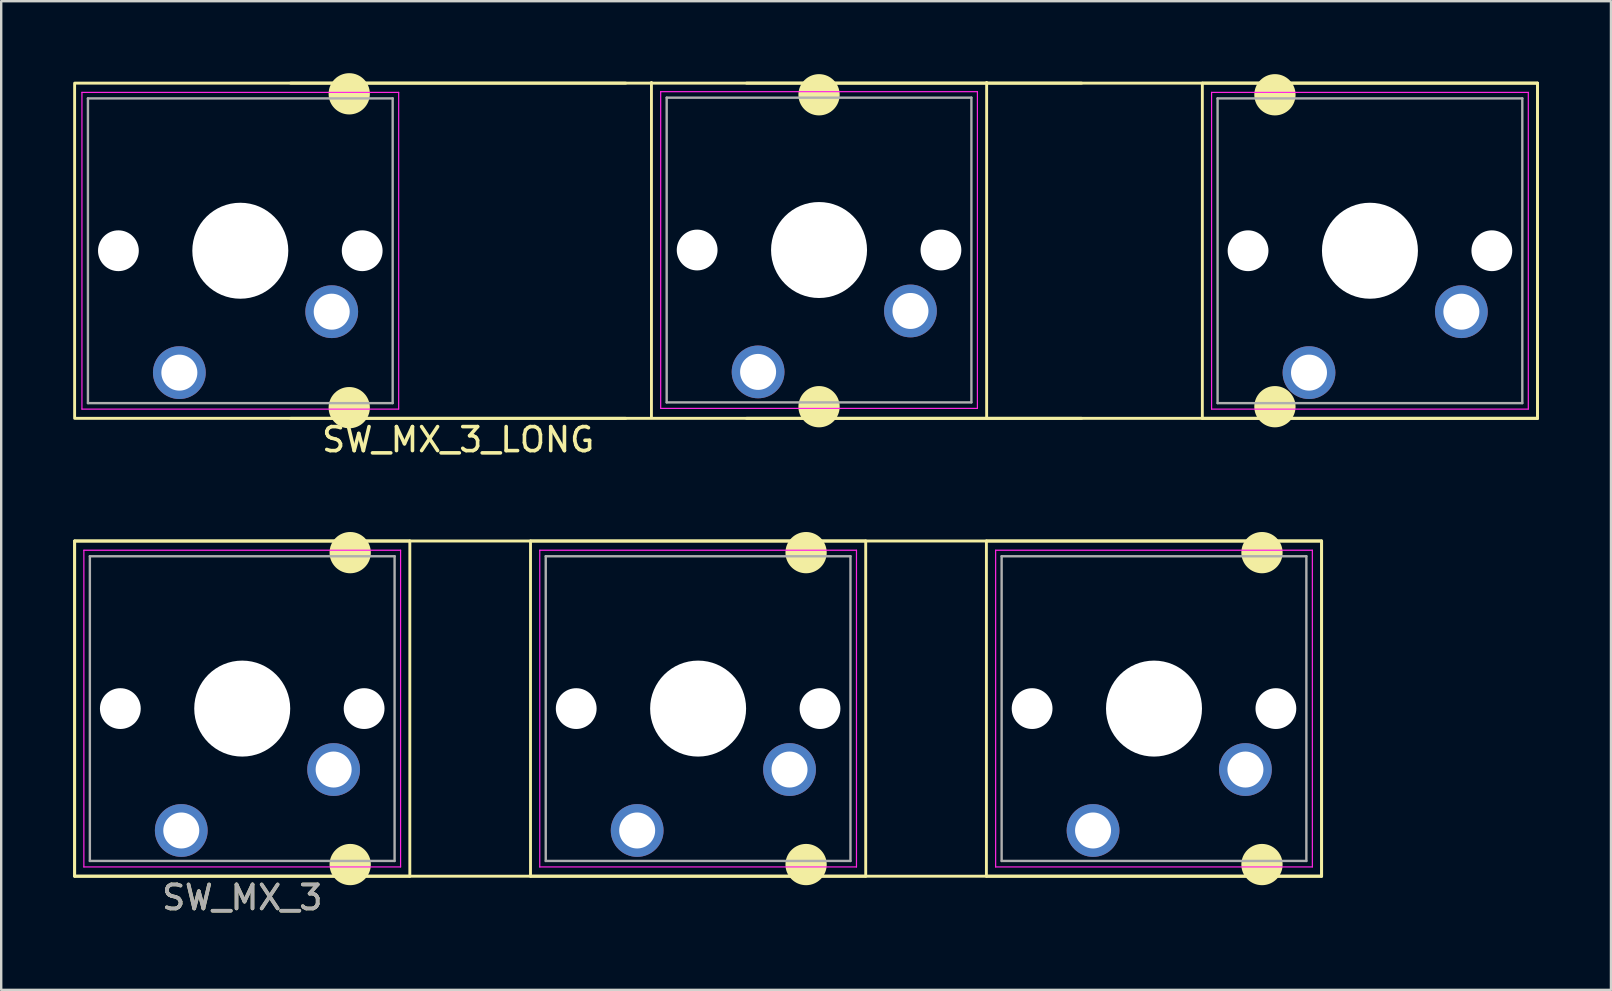
<source format=kicad_pcb>
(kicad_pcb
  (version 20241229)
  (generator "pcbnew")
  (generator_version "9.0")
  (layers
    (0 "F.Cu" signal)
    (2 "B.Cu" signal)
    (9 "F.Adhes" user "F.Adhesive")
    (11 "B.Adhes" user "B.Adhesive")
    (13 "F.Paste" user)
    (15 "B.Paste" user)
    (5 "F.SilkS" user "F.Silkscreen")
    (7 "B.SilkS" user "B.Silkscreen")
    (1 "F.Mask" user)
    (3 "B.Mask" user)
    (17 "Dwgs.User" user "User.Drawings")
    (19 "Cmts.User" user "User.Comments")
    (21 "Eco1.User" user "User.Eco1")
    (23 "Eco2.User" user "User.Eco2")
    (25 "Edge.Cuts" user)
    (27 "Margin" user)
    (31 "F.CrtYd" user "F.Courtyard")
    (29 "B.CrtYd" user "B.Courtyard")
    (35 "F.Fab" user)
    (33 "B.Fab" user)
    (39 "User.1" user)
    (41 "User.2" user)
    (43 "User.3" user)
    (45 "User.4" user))
  (footprint "SW_MX_3"
    (layer "F.Cu")
    (at 9.585 21.402)
    (property "Reference" "SW_MX_3" (at -2.54 12.954 180) (layer "F.SilkS") (effects (font (size 1 1) (thickness 0.15))))
    (attr through_hole)
    (fp_line (start -9.525 -1.905) (end 4.445 -1.905) (stroke (width 0.12) (type solid)) (layer "F.SilkS"))
    (fp_line (start -9.525 12.065) (end -9.525 -1.905) (stroke (width 0.12) (type solid)) (layer "F.SilkS"))
    (fp_line (start 4.445 -1.905) (end 4.445 12.065) (stroke (width 0.12) (type solid)) (layer "F.SilkS"))
    (fp_line (start 4.445 12.065) (end -9.525 12.065) (stroke (width 0.12) (type solid)) (layer "F.SilkS"))
    (fp_line (start 9.475 -1.905) (end 23.445 -1.905) (stroke (width 0.12) (type solid)) (layer "F.SilkS"))
    (fp_line (start 9.475 12.065) (end 9.475 -1.905) (stroke (width 0.12) (type solid)) (layer "F.SilkS"))
    (fp_line (start 23.445 -1.905) (end 23.445 12.065) (stroke (width 0.12) (type solid)) (layer "F.SilkS"))
    (fp_line (start 23.445 12.065) (end 9.475 12.065) (stroke (width 0.12) (type solid)) (layer "F.SilkS"))
    (fp_line (start 28.475 -1.905) (end 42.445 -1.905) (stroke (width 0.12) (type solid)) (layer "F.SilkS"))
    (fp_line (start 28.475 12.065) (end 28.475 -1.905) (stroke (width 0.12) (type solid)) (layer "F.SilkS"))
    (fp_line (start 42.445 -1.905) (end 42.445 12.065) (stroke (width 0.12) (type solid)) (layer "F.SilkS"))
    (fp_line (start 42.445 12.065) (end 28.475 12.065) (stroke (width 0.12) (type solid)) (layer "F.SilkS"))
    (fp_rect (start -9.525 -1.905) (end 42.445 12.065) (stroke (width 0.12) (type default)) (fill no) (layer "F.SilkS"))
    (fp_circle (center 1.96 -1.42) (end 2.76 -1.42) (stroke (width 0.12) (type solid)) (fill yes) (layer "F.SilkS"))
    (fp_circle (center 1.96 11.58) (end 2.76 11.58) (stroke (width 0.12) (type solid)) (fill yes) (layer "F.SilkS"))
    (fp_circle (center 20.96 -1.42) (end 21.76 -1.42) (stroke (width 0.12) (type solid)) (fill yes) (layer "F.SilkS"))
    (fp_circle (center 20.96 11.58) (end 21.76 11.58) (stroke (width 0.12) (type solid)) (fill yes) (layer "F.SilkS"))
    (fp_circle (center 39.96 -1.42) (end 40.76 -1.42) (stroke (width 0.12) (type solid)) (fill yes) (layer "F.SilkS"))
    (fp_circle (center 39.96 11.58) (end 40.76 11.58) (stroke (width 0.12) (type solid)) (fill yes) (layer "F.SilkS"))
    (fp_line (start -9.14 -1.52) (end 4.06 -1.52) (stroke (width 0.05) (type solid)) (layer "F.CrtYd"))
    (fp_line (start -9.14 11.68) (end -9.14 -1.52) (stroke (width 0.05) (type solid)) (layer "F.CrtYd"))
    (fp_line (start 4.06 -1.52) (end 4.06 11.68) (stroke (width 0.05) (type solid)) (layer "F.CrtYd"))
    (fp_line (start 4.06 11.68) (end -9.14 11.68) (stroke (width 0.05) (type solid)) (layer "F.CrtYd"))
    (fp_line (start 9.86 -1.52) (end 23.06 -1.52) (stroke (width 0.05) (type solid)) (layer "F.CrtYd"))
    (fp_line (start 9.86 11.68) (end 9.86 -1.52) (stroke (width 0.05) (type solid)) (layer "F.CrtYd"))
    (fp_line (start 23.06 -1.52) (end 23.06 11.68) (stroke (width 0.05) (type solid)) (layer "F.CrtYd"))
    (fp_line (start 23.06 11.68) (end 9.86 11.68) (stroke (width 0.05) (type solid)) (layer "F.CrtYd"))
    (fp_line (start 28.86 -1.52) (end 42.06 -1.52) (stroke (width 0.05) (type solid)) (layer "F.CrtYd"))
    (fp_line (start 28.86 11.68) (end 28.86 -1.52) (stroke (width 0.05) (type solid)) (layer "F.CrtYd"))
    (fp_line (start 42.06 -1.52) (end 42.06 11.68) (stroke (width 0.05) (type solid)) (layer "F.CrtYd"))
    (fp_line (start 42.06 11.68) (end 28.86 11.68) (stroke (width 0.05) (type solid)) (layer "F.CrtYd"))
    (fp_line (start -8.89 -1.27) (end 3.81 -1.27) (stroke (width 0.1) (type solid)) (layer "F.Fab"))
    (fp_line (start -8.89 11.43) (end -8.89 -1.27) (stroke (width 0.1) (type solid)) (layer "F.Fab"))
    (fp_line (start 3.81 -1.27) (end 3.81 11.43) (stroke (width 0.1) (type solid)) (layer "F.Fab"))
    (fp_line (start 3.81 11.43) (end -8.89 11.43) (stroke (width 0.1) (type solid)) (layer "F.Fab"))
    (fp_line (start 10.11 -1.27) (end 22.81 -1.27) (stroke (width 0.1) (type solid)) (layer "F.Fab"))
    (fp_line (start 10.11 11.43) (end 10.11 -1.27) (stroke (width 0.1) (type solid)) (layer "F.Fab"))
    (fp_line (start 22.81 -1.27) (end 22.81 11.43) (stroke (width 0.1) (type solid)) (layer "F.Fab"))
    (fp_line (start 22.81 11.43) (end 10.11 11.43) (stroke (width 0.1) (type solid)) (layer "F.Fab"))
    (fp_line (start 29.11 -1.27) (end 41.81 -1.27) (stroke (width 0.1) (type solid)) (layer "F.Fab"))
    (fp_line (start 29.11 11.43) (end 29.11 -1.27) (stroke (width 0.1) (type solid)) (layer "F.Fab"))
    (fp_line (start 41.81 -1.27) (end 41.81 11.43) (stroke (width 0.1) (type solid)) (layer "F.Fab"))
    (fp_line (start 41.81 11.43) (end 29.11 11.43) (stroke (width 0.1) (type solid)) (layer "F.Fab"))
    (fp_text user "${REFERENCE}" (at -2.54 12.954 180) (layer "F.Fab") (effects (font (size 1 1) (thickness 0.15))))
    (pad "" np_thru_hole circle (at -7.62 5.08 180) (size 1.7 1.7) (drill 1.7) (layers "*.Cu" "*.Mask"))
    (pad "" thru_hole circle (at -5.08 10.16 180) (size 2.2 2.2) (drill 1.5) (layers "*.Cu" "*.Mask"))
    (pad "" np_thru_hole circle (at -2.54 5.08 180) (size 4 4) (drill 4) (layers "*.Cu" "*.Mask"))
    (pad "" thru_hole circle (at 1.27 7.62 180) (size 2.2 2.2) (drill 1.5) (layers "*.Cu" "*.Mask"))
    (pad "" np_thru_hole circle (at 2.54 5.08 180) (size 1.7 1.7) (drill 1.7) (layers "*.Cu" "*.Mask"))
    (pad "" np_thru_hole circle (at 11.38 5.08 180) (size 1.7 1.7) (drill 1.7) (layers "*.Cu" "*.Mask"))
    (pad "" thru_hole circle (at 13.92 10.16 180) (size 2.2 2.2) (drill 1.5) (layers "*.Cu" "*.Mask"))
    (pad "" np_thru_hole circle (at 16.46 5.08 180) (size 4 4) (drill 4) (layers "*.Cu" "*.Mask"))
    (pad "" thru_hole circle (at 20.27 7.62 180) (size 2.2 2.2) (drill 1.5) (layers "*.Cu" "*.Mask"))
    (pad "" np_thru_hole circle (at 21.54 5.08 180) (size 1.7 1.7) (drill 1.7) (layers "*.Cu" "*.Mask"))
    (pad "" np_thru_hole circle (at 30.38 5.08 180) (size 1.7 1.7) (drill 1.7) (layers "*.Cu" "*.Mask"))
    (pad "" thru_hole circle (at 32.92 10.16 180) (size 2.2 2.2) (drill 1.5) (layers "*.Cu" "*.Mask"))
    (pad "" np_thru_hole circle (at 35.46 5.08 180) (size 4 4) (drill 4) (layers "*.Cu" "*.Mask"))
    (pad "" thru_hole circle (at 39.27 7.62 180) (size 2.2 2.2) (drill 1.5) (layers "*.Cu" "*.Mask"))
    (pad "" np_thru_hole circle (at 40.54 5.08 180) (size 1.7 1.7) (drill 1.7) (layers "*.Cu" "*.Mask")))
  (footprint "SW_MX_3_LONG"
    (layer "F.Cu")
    (at 18.585 2.32)
    (property "Reference" "SW_MX_3_LONG" (at -2.54 12.954 180) (layer "F.SilkS") (effects (font (size 1 1) (thickness 0.15))))
    (attr through_hole)
    (fp_line (start -9.525 -1.905) (end 4.445 -1.905) (stroke (width 0.12) (type solid)) (layer "F.SilkS"))
    (fp_line (start 4.445 12.065) (end -9.525 12.065) (stroke (width 0.12) (type solid)) (layer "F.SilkS"))
    (fp_line (start 5.515 12.035) (end 5.515 -1.935) (stroke (width 0.12) (type solid)) (layer "F.SilkS"))
    (fp_line (start 9.475 -1.905) (end 23.445 -1.905) (stroke (width 0.12) (type solid)) (layer "F.SilkS"))
    (fp_line (start 19.485 -1.935) (end 19.485 12.035) (stroke (width 0.12) (type solid)) (layer "F.SilkS"))
    (fp_line (start 23.445 12.065) (end 9.475 12.065) (stroke (width 0.12) (type solid)) (layer "F.SilkS"))
    (fp_line (start 28.475 -1.905) (end 42.445 -1.905) (stroke (width 0.12) (type solid)) (layer "F.SilkS"))
    (fp_line (start 28.475 12.065) (end 28.475 -1.905) (stroke (width 0.12) (type solid)) (layer "F.SilkS"))
    (fp_line (start 42.445 -1.905) (end 42.445 12.065) (stroke (width 0.12) (type solid)) (layer "F.SilkS"))
    (fp_line (start 42.445 12.065) (end 28.475 12.065) (stroke (width 0.12) (type solid)) (layer "F.SilkS"))
    (fp_rect (start -18.525 -1.905) (end 42.445 12.065) (stroke (width 0.12) (type default)) (fill no) (layer "F.SilkS"))
    (fp_circle (center -7.08 -1.46) (end -7.88 -1.46) (stroke (width 0.12) (type solid)) (fill yes) (layer "F.SilkS"))
    (fp_circle (center -7.08 11.62) (end -6.28 11.62) (stroke (width 0.12) (type solid)) (fill yes) (layer "F.SilkS"))
    (fp_circle (center 12.5 -1.42) (end 13.3 -1.42) (stroke (width 0.12) (type solid)) (fill yes) (layer "F.SilkS"))
    (fp_circle (center 12.5 11.58) (end 13.3 11.58) (stroke (width 0.12) (type solid)) (fill yes) (layer "F.SilkS"))
    (fp_circle (center 31.5 -1.42) (end 32.3 -1.42) (stroke (width 0.12) (type solid)) (fill yes) (layer "F.SilkS"))
    (fp_circle (center 31.5 11.58) (end 32.3 11.58) (stroke (width 0.12) (type solid)) (fill yes) (layer "F.SilkS"))
    (fp_line (start -18.22 -1.52) (end -5.02 -1.52) (stroke (width 0.05) (type solid)) (layer "F.CrtYd"))
    (fp_line (start -18.22 11.68) (end -18.22 -1.52) (stroke (width 0.05) (type solid)) (layer "F.CrtYd"))
    (fp_line (start -5.02 -1.52) (end -5.02 11.68) (stroke (width 0.05) (type solid)) (layer "F.CrtYd"))
    (fp_line (start -5.02 11.68) (end -18.22 11.68) (stroke (width 0.05) (type solid)) (layer "F.CrtYd"))
    (fp_line (start 5.9 -1.55) (end 19.1 -1.55) (stroke (width 0.05) (type solid)) (layer "F.CrtYd"))
    (fp_line (start 5.9 11.65) (end 5.9 -1.55) (stroke (width 0.05) (type solid)) (layer "F.CrtYd"))
    (fp_line (start 19.1 -1.55) (end 19.1 11.65) (stroke (width 0.05) (type solid)) (layer "F.CrtYd"))
    (fp_line (start 19.1 11.65) (end 5.9 11.65) (stroke (width 0.05) (type solid)) (layer "F.CrtYd"))
    (fp_line (start 28.86 11.68) (end 28.86 -1.52) (stroke (width 0.05) (type solid)) (layer "F.CrtYd"))
    (fp_line (start 42.06 -1.52) (end 28.86 -1.52) (stroke (width 0.05) (type solid)) (layer "F.CrtYd"))
    (fp_line (start 42.06 -1.52) (end 42.06 11.68) (stroke (width 0.05) (type solid)) (layer "F.CrtYd"))
    (fp_line (start 42.06 11.68) (end 28.86 11.68) (stroke (width 0.05) (type solid)) (layer "F.CrtYd"))
    (fp_line (start -17.97 -1.27) (end -5.27 -1.27) (stroke (width 0.1) (type solid)) (layer "F.Fab"))
    (fp_line (start -17.97 11.43) (end -17.97 -1.27) (stroke (width 0.1) (type solid)) (layer "F.Fab"))
    (fp_line (start -5.27 -1.27) (end -5.27 11.43) (stroke (width 0.1) (type solid)) (layer "F.Fab"))
    (fp_line (start -5.27 11.43) (end -17.97 11.43) (stroke (width 0.1) (type solid)) (layer "F.Fab"))
    (fp_line (start 6.15 -1.3) (end 18.85 -1.3) (stroke (width 0.1) (type solid)) (layer "F.Fab"))
    (fp_line (start 6.15 11.4) (end 6.15 -1.3) (stroke (width 0.1) (type solid)) (layer "F.Fab"))
    (fp_line (start 18.85 -1.3) (end 18.85 11.4) (stroke (width 0.1) (type solid)) (layer "F.Fab"))
    (fp_line (start 18.85 11.4) (end 6.15 11.4) (stroke (width 0.1) (type solid)) (layer "F.Fab"))
    (fp_line (start 29.11 -1.27) (end 41.81 -1.27) (stroke (width 0.1) (type solid)) (layer "F.Fab"))
    (fp_line (start 29.11 11.43) (end 29.11 -1.27) (stroke (width 0.1) (type solid)) (layer "F.Fab"))
    (fp_line (start 41.81 -1.27) (end 41.81 11.43) (stroke (width 0.1) (type solid)) (layer "F.Fab"))
    (fp_line (start 41.81 11.43) (end 29.11 11.43) (stroke (width 0.1) (type solid)) (layer "F.Fab"))
    (pad "" np_thru_hole circle (at -16.7 5.08 180) (size 1.7 1.7) (drill 1.7) (layers "*.Cu" "*.Mask"))
    (pad "" thru_hole circle (at -14.16 10.16 180) (size 2.2 2.2) (drill 1.5) (layers "*.Cu" "*.Mask"))
    (pad "" np_thru_hole circle (at -11.62 5.08) (size 4 4) (drill 4) (layers "*.Cu" "*.Mask"))
    (pad "" thru_hole circle (at -7.81 7.62 180) (size 2.2 2.2) (drill 1.5) (layers "*.Cu" "*.Mask"))
    (pad "" np_thru_hole circle (at -6.54 5.08) (size 1.7 1.7) (drill 1.7) (layers "*.Cu" "*.Mask"))
    (pad "" np_thru_hole circle (at 7.42 5.05) (size 1.7 1.7) (drill 1.7) (layers "*.Cu" "*.Mask"))
    (pad "" thru_hole circle (at 9.96 10.13 180) (size 2.2 2.2) (drill 1.5) (layers "*.Cu" "*.Mask"))
    (pad "" np_thru_hole circle (at 12.5 5.05) (size 4 4) (drill 4) (layers "*.Cu" "*.Mask"))
    (pad "" thru_hole circle (at 16.31 7.59 180) (size 2.2 2.2) (drill 1.5) (layers "*.Cu" "*.Mask"))
    (pad "" np_thru_hole circle (at 17.58 5.05) (size 1.7 1.7) (drill 1.7) (layers "*.Cu" "*.Mask"))
    (pad "" np_thru_hole circle (at 30.38 5.08) (size 1.7 1.7) (drill 1.7) (layers "*.Cu" "*.Mask"))
    (pad "" thru_hole circle (at 32.92 10.16 180) (size 2.2 2.2) (drill 1.5) (layers "*.Cu" "*.Mask"))
    (pad "" np_thru_hole circle (at 35.46 5.08) (size 4 4) (drill 4) (layers "*.Cu" "*.Mask"))
    (pad "" thru_hole circle (at 39.27 7.62 180) (size 2.2 2.2) (drill 1.5) (layers "*.Cu" "*.Mask"))
    (pad "" np_thru_hole circle (at 40.54 5.08) (size 1.7 1.7) (drill 1.7) (layers "*.Cu" "*.Mask")))
  (gr_rect
    (start -3 -3)
    (end 64.09 38.205)
    (stroke (width 0.1) (type default))
    (fill no)
    (layer "Edge.Cuts")))
</source>
